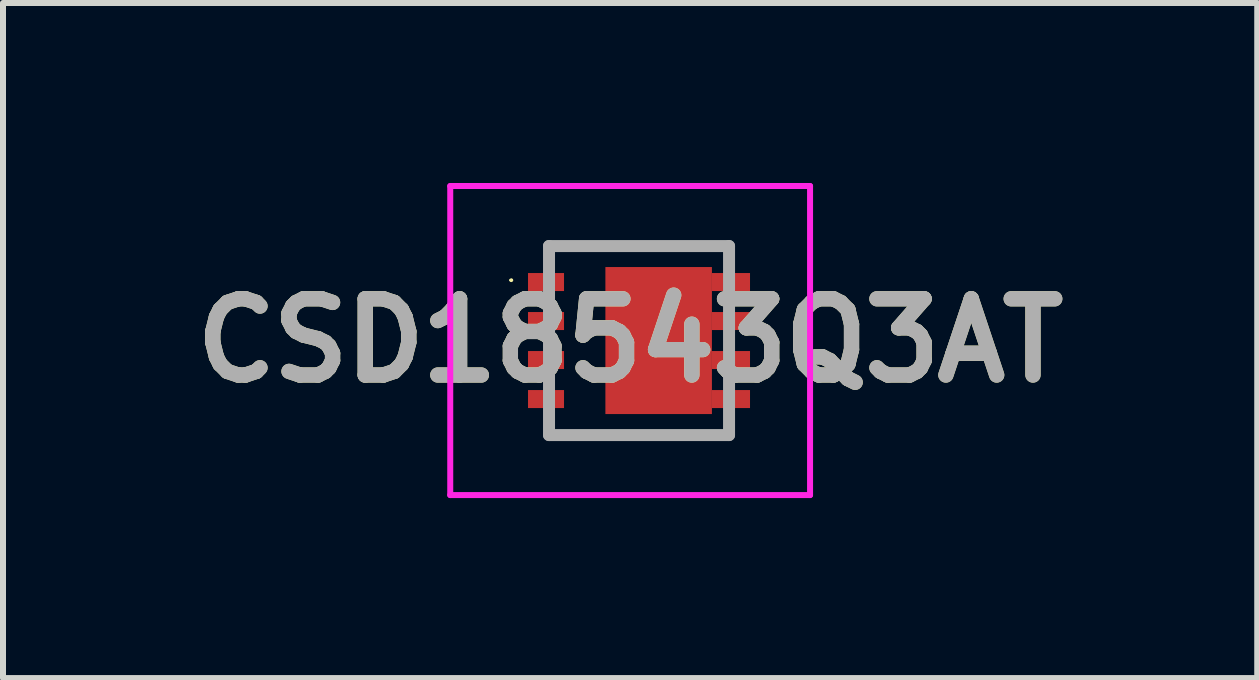
<source format=kicad_pcb>
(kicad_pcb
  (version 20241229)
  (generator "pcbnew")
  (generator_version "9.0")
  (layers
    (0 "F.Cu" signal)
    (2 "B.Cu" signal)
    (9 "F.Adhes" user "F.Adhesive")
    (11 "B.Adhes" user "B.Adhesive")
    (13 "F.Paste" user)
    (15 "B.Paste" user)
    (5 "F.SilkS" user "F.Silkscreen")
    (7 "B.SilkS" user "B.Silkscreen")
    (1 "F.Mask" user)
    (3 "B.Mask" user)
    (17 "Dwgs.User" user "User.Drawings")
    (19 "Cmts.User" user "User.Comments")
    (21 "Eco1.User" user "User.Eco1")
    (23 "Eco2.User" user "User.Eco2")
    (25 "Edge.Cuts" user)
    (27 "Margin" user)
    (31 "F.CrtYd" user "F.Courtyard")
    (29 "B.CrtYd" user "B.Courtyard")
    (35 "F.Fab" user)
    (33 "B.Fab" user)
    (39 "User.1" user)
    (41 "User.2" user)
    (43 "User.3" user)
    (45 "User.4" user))
  (footprint "CSD18543Q3AT"
    (layer "F.Cu")
    (at 7.292 2.625)
    (property "Reference" "CSD18543Q3AT" (at 0.159 0 0) (layer "F.SilkS") (effects (font (size 1.27 1.27) (thickness 0.254))))
    (attr smd)
    (fp_line (start -1.839 -1.006) (end -1.839 -1.006) (stroke (width 0.032) (type solid)) (layer "F.SilkS"))
    (fp_line (start -1.807 -1.006) (end -1.807 -1.006) (stroke (width 0.032) (type solid)) (layer "F.SilkS"))
    (fp_line (start -1.193 -1.575) (end 1.807 -1.575) (stroke (width 0.1) (type solid)) (layer "F.SilkS"))
    (fp_line (start 1.807 1.575) (end -1.193 1.575) (stroke (width 0.1) (type solid)) (layer "F.SilkS"))
    (fp_arc (start -1.839 -1.006) (mid -1.823 -1.022) (end -1.807 -1.006) (stroke (width 0.03231) (type solid)) (layer "F.SilkS"))
    (fp_arc (start -1.807 -1.006) (mid -1.823 -0.99) (end -1.839 -1.006) (stroke (width 0.03231) (type solid)) (layer "F.SilkS"))
    (fp_line (start -2.839 -2.575) (end 3.157 -2.575) (stroke (width 0.1) (type solid)) (layer "F.CrtYd"))
    (fp_line (start -2.839 2.575) (end -2.839 -2.575) (stroke (width 0.1) (type solid)) (layer "F.CrtYd"))
    (fp_line (start 3.157 -2.575) (end 3.157 2.575) (stroke (width 0.1) (type solid)) (layer "F.CrtYd"))
    (fp_line (start 3.157 2.575) (end -2.839 2.575) (stroke (width 0.1) (type solid)) (layer "F.CrtYd"))
    (fp_line (start -1.193 -1.575) (end 1.807 -1.575) (stroke (width 0.2) (type solid)) (layer "F.Fab"))
    (fp_line (start -1.193 1.575) (end -1.193 -1.575) (stroke (width 0.2) (type solid)) (layer "F.Fab"))
    (fp_line (start 1.807 -1.575) (end 1.807 1.575) (stroke (width 0.2) (type solid)) (layer "F.Fab"))
    (fp_line (start 1.807 1.575) (end -1.193 1.575) (stroke (width 0.2) (type solid)) (layer "F.Fab"))
    (fp_text user "${REFERENCE}" (at 0.159 0 0) (layer "F.Fab") (effects (font (size 1.27 1.27) (thickness 0.254))))
    (pad "1" smd rect (at -1.243 -0.975 90) (size 0.3 0.6) (layers "F.Cu" "F.Mask" "F.Paste"))
    (pad "2" smd rect (at -1.243 -0.325 90) (size 0.3 0.6) (layers "F.Cu" "F.Mask" "F.Paste"))
    (pad "3" smd rect (at -1.243 0.325 90) (size 0.3 0.6) (layers "F.Cu" "F.Mask" "F.Paste"))
    (pad "4" smd rect (at -1.243 0.975 90) (size 0.3 0.6) (layers "F.Cu" "F.Mask" "F.Paste"))
    (pad "5" smd rect (at 1.839 0.975 90) (size 0.3 0.635) (layers "F.Cu" "F.Mask" "F.Paste"))
    (pad "6" smd rect (at 1.839 0.325 90) (size 0.3 0.635) (layers "F.Cu" "F.Mask" "F.Paste"))
    (pad "7" smd rect (at 1.839 -0.325 90) (size 0.3 0.635) (layers "F.Cu" "F.Mask" "F.Paste"))
    (pad "8" smd rect (at 1.839 -0.975 90) (size 0.3 0.635) (layers "F.Cu" "F.Mask" "F.Paste"))
    (pad "9" smd rect (at 0.634 0) (size 1.775 2.45) (layers "F.Cu" "F.Mask" "F.Paste")))
  (gr_rect
    (start -3 -3)
    (end 17.901 8.25)
    (stroke (width 0.1) (type default))
    (fill no)
    (layer "Edge.Cuts")))
</source>
